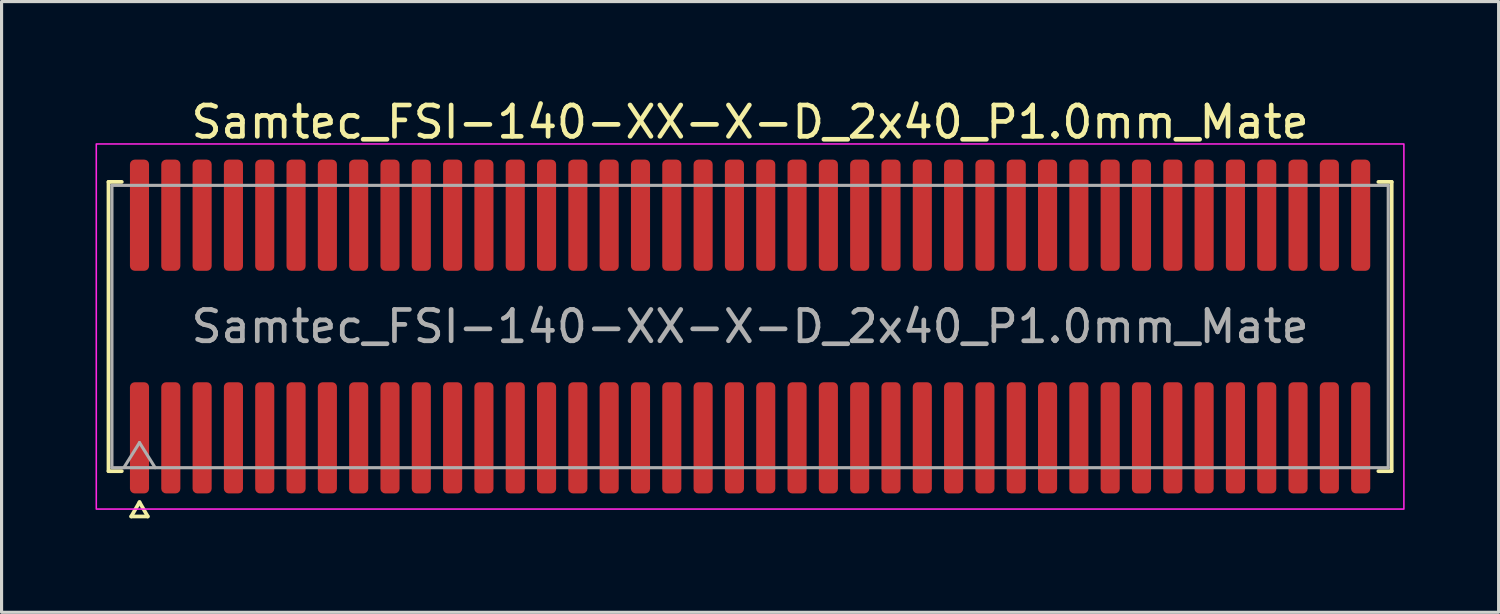
<source format=kicad_pcb>
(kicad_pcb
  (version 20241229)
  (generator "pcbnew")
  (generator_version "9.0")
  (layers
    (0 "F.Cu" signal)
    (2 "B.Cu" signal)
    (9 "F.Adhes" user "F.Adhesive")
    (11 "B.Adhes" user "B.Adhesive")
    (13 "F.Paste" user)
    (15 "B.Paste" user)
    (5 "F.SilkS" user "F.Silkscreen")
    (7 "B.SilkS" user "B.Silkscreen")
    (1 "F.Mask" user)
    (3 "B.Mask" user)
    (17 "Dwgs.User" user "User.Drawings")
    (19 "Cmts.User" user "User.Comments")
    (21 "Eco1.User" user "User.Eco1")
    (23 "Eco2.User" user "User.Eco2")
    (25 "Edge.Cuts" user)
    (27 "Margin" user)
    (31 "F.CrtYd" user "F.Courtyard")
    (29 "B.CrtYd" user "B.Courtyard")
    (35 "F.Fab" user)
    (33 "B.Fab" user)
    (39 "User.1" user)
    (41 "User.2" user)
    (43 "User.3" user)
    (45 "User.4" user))
  (footprint "Samtec_FSI-140-XX-X-D_2x40_P1.0mm_Mate"
    (layer "F.Cu")
    (at 20.905 7.378)
    (property "Reference" "Samtec_FSI-140-XX-X-D_2x40_P1.0mm_Mate" (at 0 -6.53 0) (layer "F.SilkS") (effects (font (size 1 1) (thickness 0.15))))
    (attr exclude_from_pos_files exclude_from_bom)
    (fp_line (start -20.49 -4.619) (end -20.065 -4.619) (stroke (width 0.12) (type solid)) (layer "F.SilkS"))
    (fp_line (start -20.49 4.619) (end -20.49 -4.619) (stroke (width 0.12) (type solid)) (layer "F.SilkS"))
    (fp_line (start -20.065 4.619) (end -20.49 4.619) (stroke (width 0.12) (type solid)) (layer "F.SilkS"))
    (fp_line (start -19.764 6.066) (end -19.5 5.609) (stroke (width 0.12) (type solid)) (layer "F.SilkS"))
    (fp_line (start -19.5 5.609) (end -19.236 6.066) (stroke (width 0.12) (type solid)) (layer "F.SilkS"))
    (fp_line (start -19.236 6.066) (end -19.764 6.066) (stroke (width 0.12) (type solid)) (layer "F.SilkS"))
    (fp_line (start 20.065 -4.619) (end 20.49 -4.619) (stroke (width 0.12) (type solid)) (layer "F.SilkS"))
    (fp_line (start 20.49 -4.619) (end 20.49 4.619) (stroke (width 0.12) (type solid)) (layer "F.SilkS"))
    (fp_line (start 20.49 4.619) (end 20.065 4.619) (stroke (width 0.12) (type solid)) (layer "F.SilkS"))
    (fp_rect (start -20.88 -5.83) (end 20.88 5.83) (stroke (width 0.05) (type solid)) (fill no) (layer "F.CrtYd"))
    (fp_line (start -20.38 -4.508) (end 20.38 -4.508) (stroke (width 0.1) (type solid)) (layer "F.Fab"))
    (fp_line (start -20.38 4.508) (end -20.38 -4.508) (stroke (width 0.1) (type solid)) (layer "F.Fab"))
    (fp_line (start -20 4.508) (end -19.5 3.708) (stroke (width 0.1) (type solid)) (layer "F.Fab"))
    (fp_line (start -19.5 3.708) (end -19 4.508) (stroke (width 0.1) (type solid)) (layer "F.Fab"))
    (fp_line (start 20.38 -4.508) (end 20.38 4.508) (stroke (width 0.1) (type solid)) (layer "F.Fab"))
    (fp_line (start 20.38 4.508) (end -20.38 4.508) (stroke (width 0.1) (type solid)) (layer "F.Fab"))
    (fp_text user "${REFERENCE}" (at 0 0 0) (layer "F.Fab") (effects (font (size 1 1) (thickness 0.15))))
    (pad "1" smd roundrect (at -19.5 3.555) (size 0.61 3.55) (layers "F.Cu" "F.Mask") (roundrect_rratio 0.25))
    (pad "2" smd roundrect (at -19.5 -3.555) (size 0.61 3.55) (layers "F.Cu" "F.Mask") (roundrect_rratio 0.25))
    (pad "3" smd roundrect (at -18.5 3.555) (size 0.61 3.55) (layers "F.Cu" "F.Mask") (roundrect_rratio 0.25))
    (pad "4" smd roundrect (at -18.5 -3.555) (size 0.61 3.55) (layers "F.Cu" "F.Mask") (roundrect_rratio 0.25))
    (pad "5" smd roundrect (at -17.5 3.555) (size 0.61 3.55) (layers "F.Cu" "F.Mask") (roundrect_rratio 0.25))
    (pad "6" smd roundrect (at -17.5 -3.555) (size 0.61 3.55) (layers "F.Cu" "F.Mask") (roundrect_rratio 0.25))
    (pad "7" smd roundrect (at -16.5 3.555) (size 0.61 3.55) (layers "F.Cu" "F.Mask") (roundrect_rratio 0.25))
    (pad "8" smd roundrect (at -16.5 -3.555) (size 0.61 3.55) (layers "F.Cu" "F.Mask") (roundrect_rratio 0.25))
    (pad "9" smd roundrect (at -15.5 3.555) (size 0.61 3.55) (layers "F.Cu" "F.Mask") (roundrect_rratio 0.25))
    (pad "10" smd roundrect (at -15.5 -3.555) (size 0.61 3.55) (layers "F.Cu" "F.Mask") (roundrect_rratio 0.25))
    (pad "11" smd roundrect (at -14.5 3.555) (size 0.61 3.55) (layers "F.Cu" "F.Mask") (roundrect_rratio 0.25))
    (pad "12" smd roundrect (at -14.5 -3.555) (size 0.61 3.55) (layers "F.Cu" "F.Mask") (roundrect_rratio 0.25))
    (pad "13" smd roundrect (at -13.5 3.555) (size 0.61 3.55) (layers "F.Cu" "F.Mask") (roundrect_rratio 0.25))
    (pad "14" smd roundrect (at -13.5 -3.555) (size 0.61 3.55) (layers "F.Cu" "F.Mask") (roundrect_rratio 0.25))
    (pad "15" smd roundrect (at -12.5 3.555) (size 0.61 3.55) (layers "F.Cu" "F.Mask") (roundrect_rratio 0.25))
    (pad "16" smd roundrect (at -12.5 -3.555) (size 0.61 3.55) (layers "F.Cu" "F.Mask") (roundrect_rratio 0.25))
    (pad "17" smd roundrect (at -11.5 3.555) (size 0.61 3.55) (layers "F.Cu" "F.Mask") (roundrect_rratio 0.25))
    (pad "18" smd roundrect (at -11.5 -3.555) (size 0.61 3.55) (layers "F.Cu" "F.Mask") (roundrect_rratio 0.25))
    (pad "19" smd roundrect (at -10.5 3.555) (size 0.61 3.55) (layers "F.Cu" "F.Mask") (roundrect_rratio 0.25))
    (pad "20" smd roundrect (at -10.5 -3.555) (size 0.61 3.55) (layers "F.Cu" "F.Mask") (roundrect_rratio 0.25))
    (pad "21" smd roundrect (at -9.5 3.555) (size 0.61 3.55) (layers "F.Cu" "F.Mask") (roundrect_rratio 0.25))
    (pad "22" smd roundrect (at -9.5 -3.555) (size 0.61 3.55) (layers "F.Cu" "F.Mask") (roundrect_rratio 0.25))
    (pad "23" smd roundrect (at -8.5 3.555) (size 0.61 3.55) (layers "F.Cu" "F.Mask") (roundrect_rratio 0.25))
    (pad "24" smd roundrect (at -8.5 -3.555) (size 0.61 3.55) (layers "F.Cu" "F.Mask") (roundrect_rratio 0.25))
    (pad "25" smd roundrect (at -7.5 3.555) (size 0.61 3.55) (layers "F.Cu" "F.Mask") (roundrect_rratio 0.25))
    (pad "26" smd roundrect (at -7.5 -3.555) (size 0.61 3.55) (layers "F.Cu" "F.Mask") (roundrect_rratio 0.25))
    (pad "27" smd roundrect (at -6.5 3.555) (size 0.61 3.55) (layers "F.Cu" "F.Mask") (roundrect_rratio 0.25))
    (pad "28" smd roundrect (at -6.5 -3.555) (size 0.61 3.55) (layers "F.Cu" "F.Mask") (roundrect_rratio 0.25))
    (pad "29" smd roundrect (at -5.5 3.555) (size 0.61 3.55) (layers "F.Cu" "F.Mask") (roundrect_rratio 0.25))
    (pad "30" smd roundrect (at -5.5 -3.555) (size 0.61 3.55) (layers "F.Cu" "F.Mask") (roundrect_rratio 0.25))
    (pad "31" smd roundrect (at -4.5 3.555) (size 0.61 3.55) (layers "F.Cu" "F.Mask") (roundrect_rratio 0.25))
    (pad "32" smd roundrect (at -4.5 -3.555) (size 0.61 3.55) (layers "F.Cu" "F.Mask") (roundrect_rratio 0.25))
    (pad "33" smd roundrect (at -3.5 3.555) (size 0.61 3.55) (layers "F.Cu" "F.Mask") (roundrect_rratio 0.25))
    (pad "34" smd roundrect (at -3.5 -3.555) (size 0.61 3.55) (layers "F.Cu" "F.Mask") (roundrect_rratio 0.25))
    (pad "35" smd roundrect (at -2.5 3.555) (size 0.61 3.55) (layers "F.Cu" "F.Mask") (roundrect_rratio 0.25))
    (pad "36" smd roundrect (at -2.5 -3.555) (size 0.61 3.55) (layers "F.Cu" "F.Mask") (roundrect_rratio 0.25))
    (pad "37" smd roundrect (at -1.5 3.555) (size 0.61 3.55) (layers "F.Cu" "F.Mask") (roundrect_rratio 0.25))
    (pad "38" smd roundrect (at -1.5 -3.555) (size 0.61 3.55) (layers "F.Cu" "F.Mask") (roundrect_rratio 0.25))
    (pad "39" smd roundrect (at -0.5 3.555) (size 0.61 3.55) (layers "F.Cu" "F.Mask") (roundrect_rratio 0.25))
    (pad "40" smd roundrect (at -0.5 -3.555) (size 0.61 3.55) (layers "F.Cu" "F.Mask") (roundrect_rratio 0.25))
    (pad "41" smd roundrect (at 0.5 3.555) (size 0.61 3.55) (layers "F.Cu" "F.Mask") (roundrect_rratio 0.25))
    (pad "42" smd roundrect (at 0.5 -3.555) (size 0.61 3.55) (layers "F.Cu" "F.Mask") (roundrect_rratio 0.25))
    (pad "43" smd roundrect (at 1.5 3.555) (size 0.61 3.55) (layers "F.Cu" "F.Mask") (roundrect_rratio 0.25))
    (pad "44" smd roundrect (at 1.5 -3.555) (size 0.61 3.55) (layers "F.Cu" "F.Mask") (roundrect_rratio 0.25))
    (pad "45" smd roundrect (at 2.5 3.555) (size 0.61 3.55) (layers "F.Cu" "F.Mask") (roundrect_rratio 0.25))
    (pad "46" smd roundrect (at 2.5 -3.555) (size 0.61 3.55) (layers "F.Cu" "F.Mask") (roundrect_rratio 0.25))
    (pad "47" smd roundrect (at 3.5 3.555) (size 0.61 3.55) (layers "F.Cu" "F.Mask") (roundrect_rratio 0.25))
    (pad "48" smd roundrect (at 3.5 -3.555) (size 0.61 3.55) (layers "F.Cu" "F.Mask") (roundrect_rratio 0.25))
    (pad "49" smd roundrect (at 4.5 3.555) (size 0.61 3.55) (layers "F.Cu" "F.Mask") (roundrect_rratio 0.25))
    (pad "50" smd roundrect (at 4.5 -3.555) (size 0.61 3.55) (layers "F.Cu" "F.Mask") (roundrect_rratio 0.25))
    (pad "51" smd roundrect (at 5.5 3.555) (size 0.61 3.55) (layers "F.Cu" "F.Mask") (roundrect_rratio 0.25))
    (pad "52" smd roundrect (at 5.5 -3.555) (size 0.61 3.55) (layers "F.Cu" "F.Mask") (roundrect_rratio 0.25))
    (pad "53" smd roundrect (at 6.5 3.555) (size 0.61 3.55) (layers "F.Cu" "F.Mask") (roundrect_rratio 0.25))
    (pad "54" smd roundrect (at 6.5 -3.555) (size 0.61 3.55) (layers "F.Cu" "F.Mask") (roundrect_rratio 0.25))
    (pad "55" smd roundrect (at 7.5 3.555) (size 0.61 3.55) (layers "F.Cu" "F.Mask") (roundrect_rratio 0.25))
    (pad "56" smd roundrect (at 7.5 -3.555) (size 0.61 3.55) (layers "F.Cu" "F.Mask") (roundrect_rratio 0.25))
    (pad "57" smd roundrect (at 8.5 3.555) (size 0.61 3.55) (layers "F.Cu" "F.Mask") (roundrect_rratio 0.25))
    (pad "58" smd roundrect (at 8.5 -3.555) (size 0.61 3.55) (layers "F.Cu" "F.Mask") (roundrect_rratio 0.25))
    (pad "59" smd roundrect (at 9.5 3.555) (size 0.61 3.55) (layers "F.Cu" "F.Mask") (roundrect_rratio 0.25))
    (pad "60" smd roundrect (at 9.5 -3.555) (size 0.61 3.55) (layers "F.Cu" "F.Mask") (roundrect_rratio 0.25))
    (pad "61" smd roundrect (at 10.5 3.555) (size 0.61 3.55) (layers "F.Cu" "F.Mask") (roundrect_rratio 0.25))
    (pad "62" smd roundrect (at 10.5 -3.555) (size 0.61 3.55) (layers "F.Cu" "F.Mask") (roundrect_rratio 0.25))
    (pad "63" smd roundrect (at 11.5 3.555) (size 0.61 3.55) (layers "F.Cu" "F.Mask") (roundrect_rratio 0.25))
    (pad "64" smd roundrect (at 11.5 -3.555) (size 0.61 3.55) (layers "F.Cu" "F.Mask") (roundrect_rratio 0.25))
    (pad "65" smd roundrect (at 12.5 3.555) (size 0.61 3.55) (layers "F.Cu" "F.Mask") (roundrect_rratio 0.25))
    (pad "66" smd roundrect (at 12.5 -3.555) (size 0.61 3.55) (layers "F.Cu" "F.Mask") (roundrect_rratio 0.25))
    (pad "67" smd roundrect (at 13.5 3.555) (size 0.61 3.55) (layers "F.Cu" "F.Mask") (roundrect_rratio 0.25))
    (pad "68" smd roundrect (at 13.5 -3.555) (size 0.61 3.55) (layers "F.Cu" "F.Mask") (roundrect_rratio 0.25))
    (pad "69" smd roundrect (at 14.5 3.555) (size 0.61 3.55) (layers "F.Cu" "F.Mask") (roundrect_rratio 0.25))
    (pad "70" smd roundrect (at 14.5 -3.555) (size 0.61 3.55) (layers "F.Cu" "F.Mask") (roundrect_rratio 0.25))
    (pad "71" smd roundrect (at 15.5 3.555) (size 0.61 3.55) (layers "F.Cu" "F.Mask") (roundrect_rratio 0.25))
    (pad "72" smd roundrect (at 15.5 -3.555) (size 0.61 3.55) (layers "F.Cu" "F.Mask") (roundrect_rratio 0.25))
    (pad "73" smd roundrect (at 16.5 3.555) (size 0.61 3.55) (layers "F.Cu" "F.Mask") (roundrect_rratio 0.25))
    (pad "74" smd roundrect (at 16.5 -3.555) (size 0.61 3.55) (layers "F.Cu" "F.Mask") (roundrect_rratio 0.25))
    (pad "75" smd roundrect (at 17.5 3.555) (size 0.61 3.55) (layers "F.Cu" "F.Mask") (roundrect_rratio 0.25))
    (pad "76" smd roundrect (at 17.5 -3.555) (size 0.61 3.55) (layers "F.Cu" "F.Mask") (roundrect_rratio 0.25))
    (pad "77" smd roundrect (at 18.5 3.555) (size 0.61 3.55) (layers "F.Cu" "F.Mask") (roundrect_rratio 0.25))
    (pad "78" smd roundrect (at 18.5 -3.555) (size 0.61 3.55) (layers "F.Cu" "F.Mask") (roundrect_rratio 0.25))
    (pad "79" smd roundrect (at 19.5 3.555) (size 0.61 3.55) (layers "F.Cu" "F.Mask") (roundrect_rratio 0.25))
    (pad "80" smd roundrect (at 19.5 -3.555) (size 0.61 3.55) (layers "F.Cu" "F.Mask") (roundrect_rratio 0.25)))
  (gr_rect
    (start -3 -3)
    (end 44.81 16.504)
    (stroke (width 0.1) (type default))
    (fill no)
    (layer "Edge.Cuts")))
</source>
